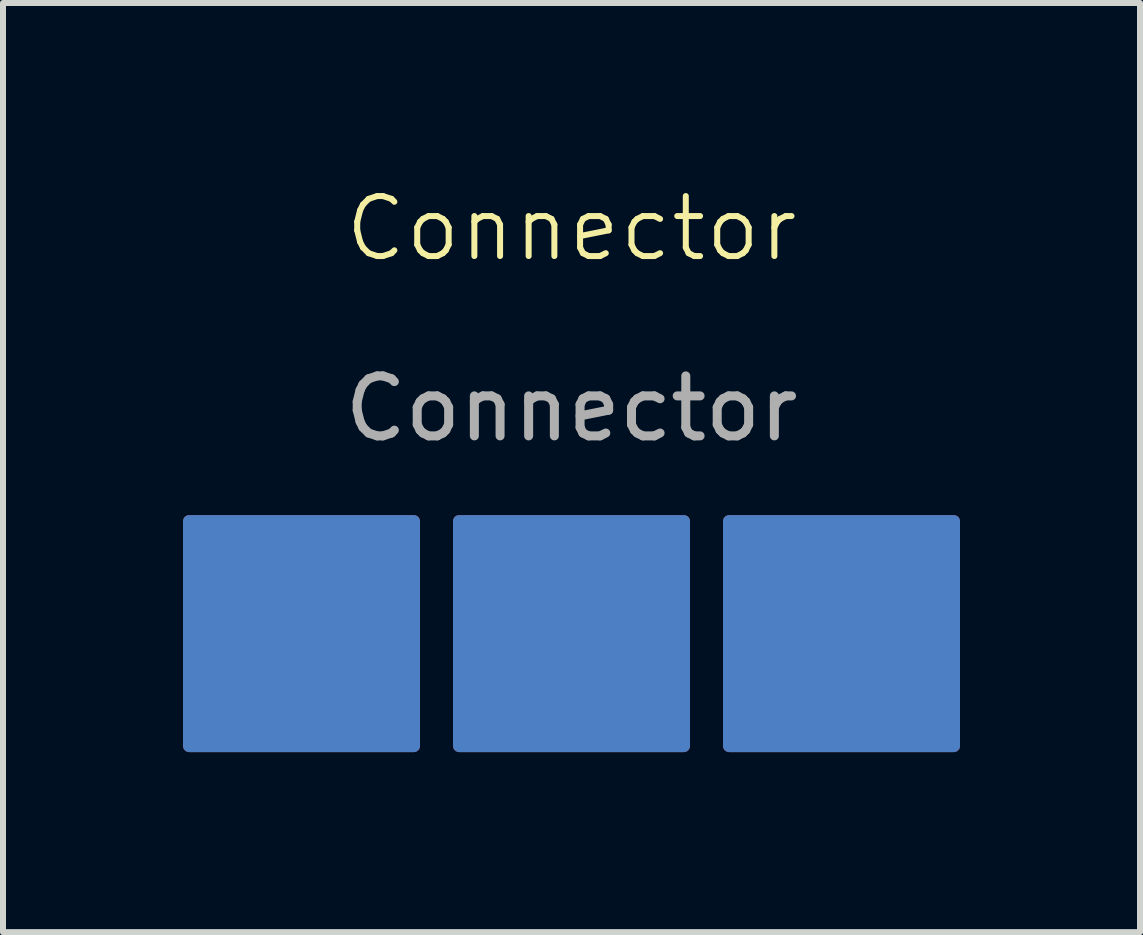
<source format=kicad_pcb>
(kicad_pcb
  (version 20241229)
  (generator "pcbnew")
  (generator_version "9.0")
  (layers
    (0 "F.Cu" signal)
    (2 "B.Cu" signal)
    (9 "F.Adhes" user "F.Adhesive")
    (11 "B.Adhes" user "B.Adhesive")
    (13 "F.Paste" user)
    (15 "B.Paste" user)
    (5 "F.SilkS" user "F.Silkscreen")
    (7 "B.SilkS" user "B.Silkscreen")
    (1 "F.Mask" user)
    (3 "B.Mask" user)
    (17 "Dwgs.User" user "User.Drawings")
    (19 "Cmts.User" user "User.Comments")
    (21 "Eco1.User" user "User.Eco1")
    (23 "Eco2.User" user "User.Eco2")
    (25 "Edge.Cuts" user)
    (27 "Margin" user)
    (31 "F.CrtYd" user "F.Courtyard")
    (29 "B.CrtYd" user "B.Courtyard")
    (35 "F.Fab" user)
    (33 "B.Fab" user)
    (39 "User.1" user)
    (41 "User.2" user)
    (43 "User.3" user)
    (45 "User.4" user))
  (footprint "Connector"
    (layer "F.Cu")
    (at 6.475 1.26)
    (property "Reference" "Connector" (at 0 -0.5 0) (unlocked yes) (layer "F.SilkS") (effects (font (size 1 1) (thickness 0.1))))
    (attr smd)
    (fp_text user "${REFERENCE}" (at 0 2.5 0) (unlocked yes) (layer "F.Fab") (effects (font (size 1 1) (thickness 0.15))))
    (pad "1" smd custom (at -4.5 6.25) (size 1.905 1.27) (layers "F.Cu" "F.Mask") (options (anchor rect)) (primitives (gr_rect (start -1.875 -1.875) (end 1.875 1.875) (width 0.2) (fill yes))))
    (pad "1" smd custom (at -4.5 6.25) (size 1.905 1.27) (layers "B.Cu" "B.Mask") (options (anchor rect)) (primitives (gr_rect (start -1.875 -1.875) (end 1.875 1.875) (width 0.2) (fill yes))))
    (pad "2" smd custom (at 0 6.25) (size 1.905 1.27) (layers "F.Cu" "F.Mask") (options (anchor rect)) (primitives (gr_rect (start -1.875 -1.875) (end 1.875 1.875) (width 0.2) (fill yes))))
    (pad "2" smd custom (at 0 6.25) (size 1.905 1.27) (layers "B.Cu" "B.Mask") (options (anchor rect)) (primitives (gr_rect (start -1.875 -1.875) (end 1.875 1.875) (width 0.2) (fill yes))))
    (pad "3" smd custom (at 4.5 6.25) (size 1.905 1.27) (layers "F.Cu" "F.Mask") (options (anchor rect)) (primitives (gr_rect (start -1.875 -1.875) (end 1.875 1.875) (width 0.2) (fill yes))))
    (pad "3" smd custom (at 4.5 6.25) (size 1.905 1.27) (layers "B.Cu" "B.Mask") (options (anchor rect)) (primitives (gr_rect (start -1.875 -1.875) (end 1.875 1.875) (width 0.2) (fill yes)))))
  (gr_rect
    (start -3 -3)
    (end 15.95 12.486)
    (stroke (width 0.1) (type default))
    (fill no)
    (layer "Edge.Cuts")))
</source>
